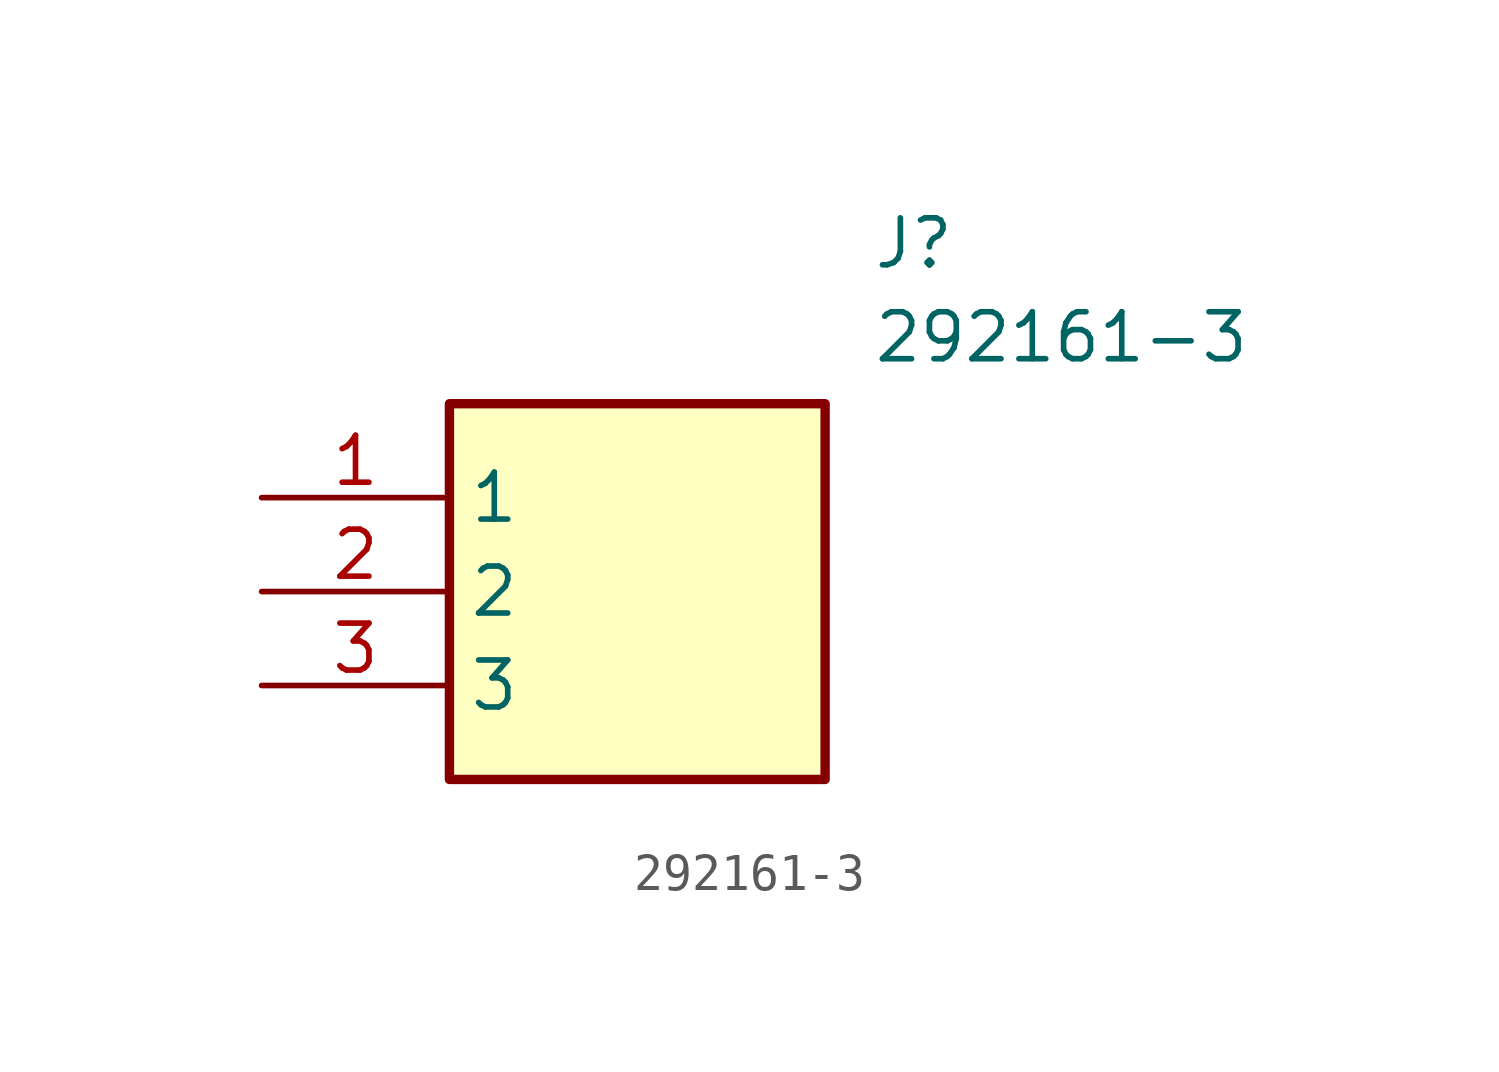
<source format=kicad_sym>
(kicad_symbol_lib
  (version 20211014)
  (generator SamacSys_ECAD_Model)
  (symbol "292161-3"
    (property "Reference" "J"
      (at 16.51 7.62 0)
      (effects (font (size 1.27 1.27)) (justify left top)))
    (property "Value" "292161-3"
      (at 16.51 5.08 0)
      (effects (font (size 1.27 1.27)) (justify left top)))
    (rectangle
      (start 5.08 2.54)
      (end 15.24 -7.62)
      (stroke (width 0.254) (type default))
      (fill (type background)))
    (pin passive line
      (at 0 0 0)
      (length 5.08)
      (name "1" (effects (font (size 1.27 1.27))))
      (number "1" (effects (font (size 1.27 1.27)))))
    (pin passive line
      (at 0 -2.54 0)
      (length 5.08)
      (name "2" (effects (font (size 1.27 1.27))))
      (number "2" (effects (font (size 1.27 1.27)))))
    (pin passive line
      (at 0 -5.08 0)
      (length 5.08)
      (name "3" (effects (font (size 1.27 1.27))))
      (number "3" (effects (font (size 1.27 1.27)))))))
</source>
